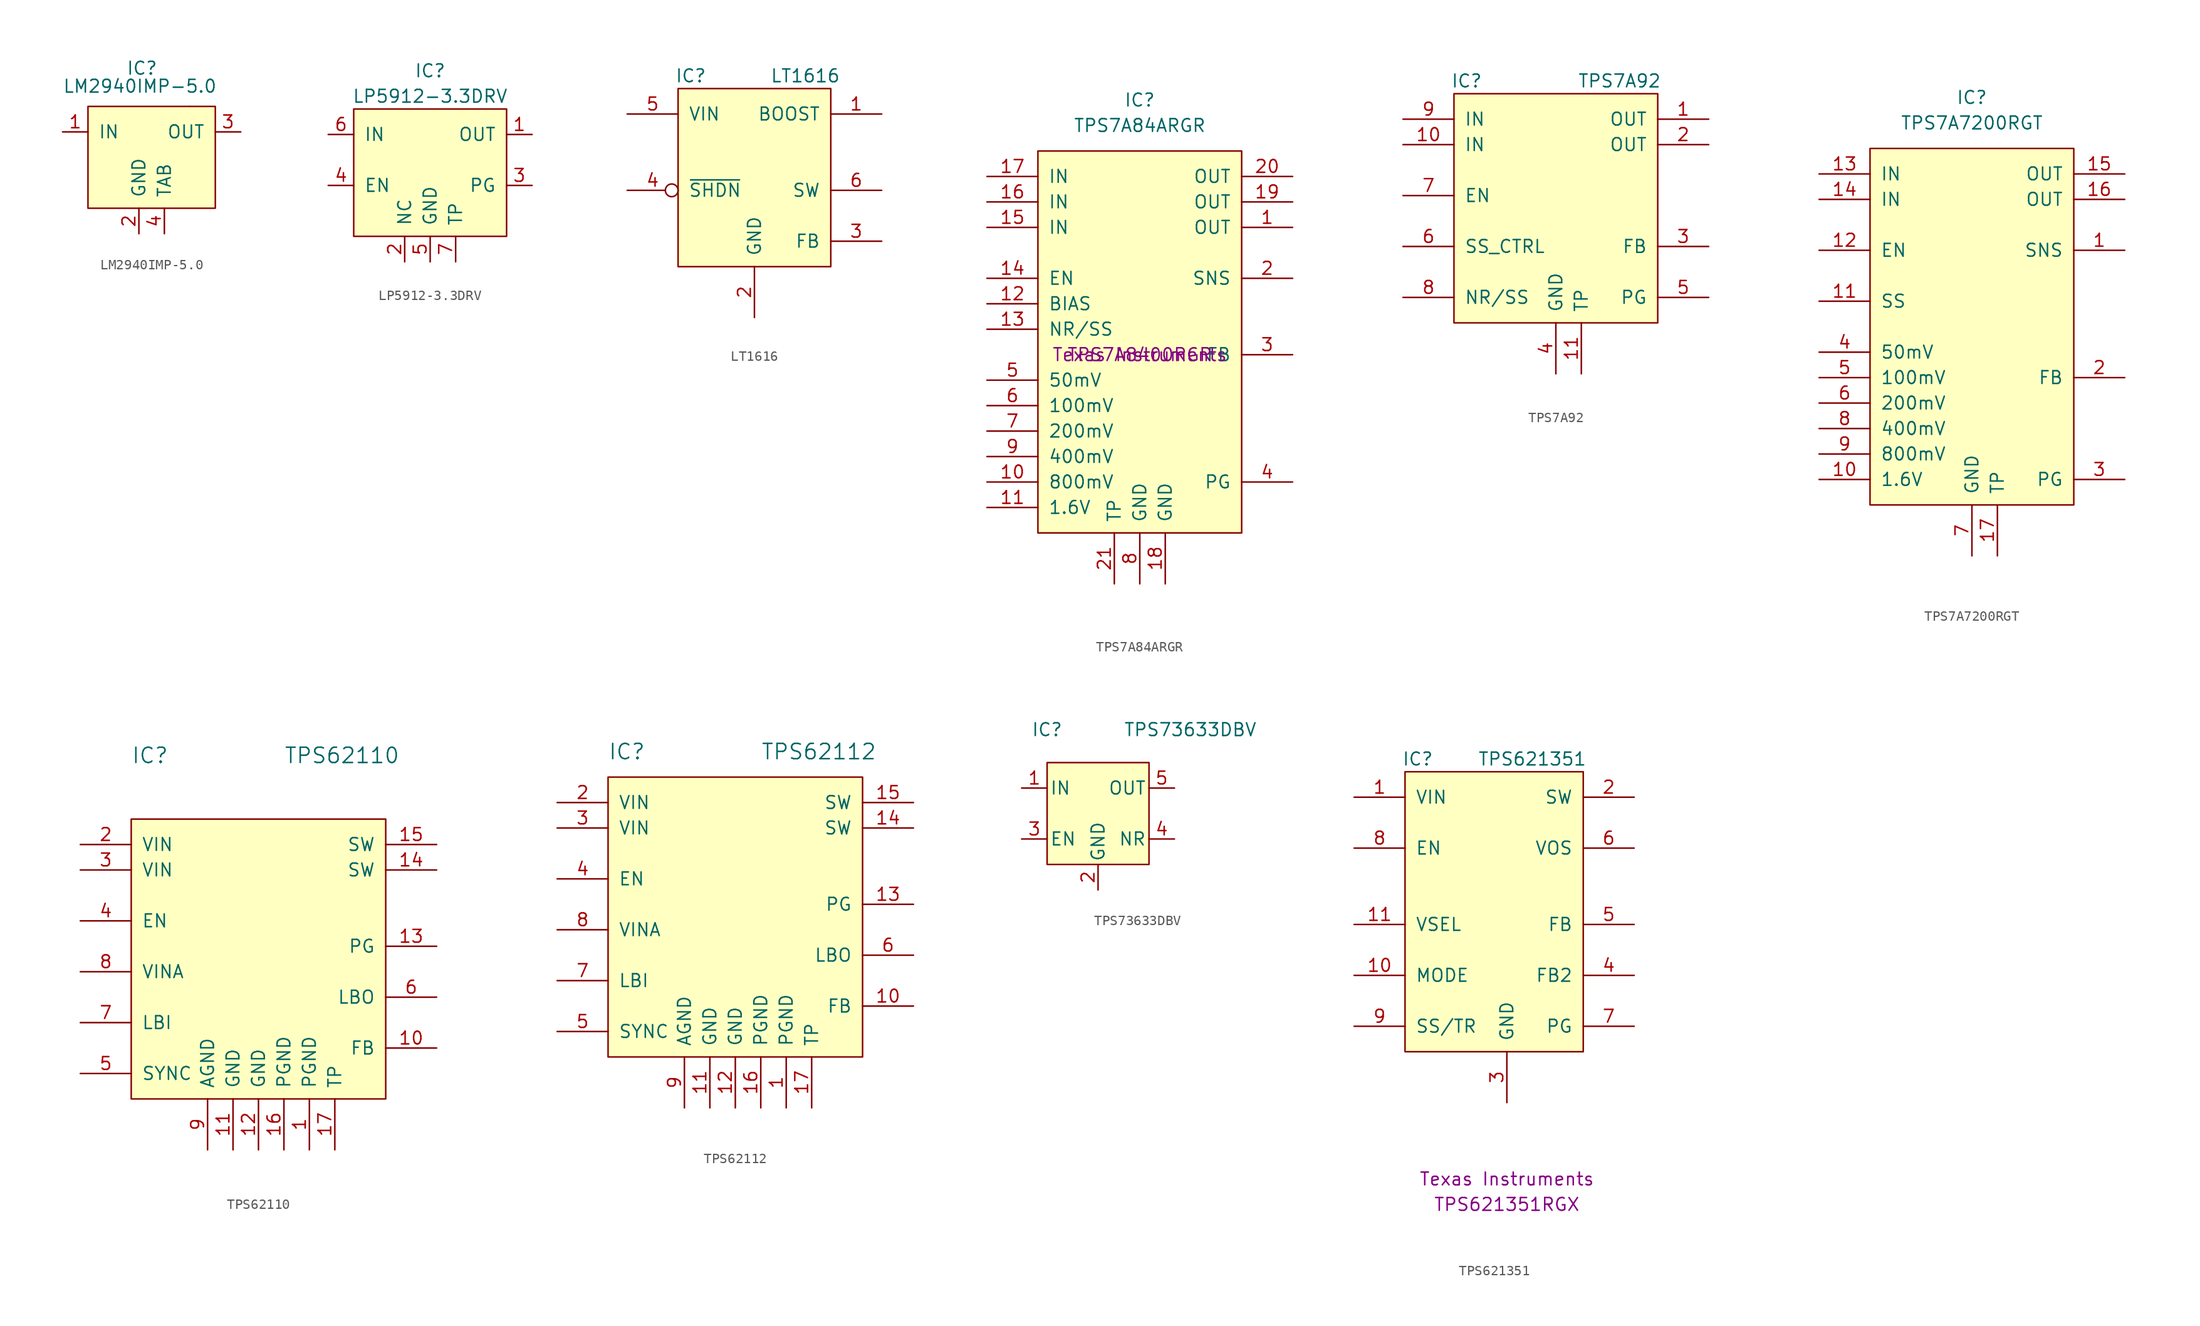
<source format=kicad_sym>
(kicad_symbol_lib
  (version 20220914)
  (generator kicad_symbol_editor)
  (symbol "LM2940IMP-5.0"
    (pin_names
      (offset 1.016))
    (property "Reference" "IC"
      (at -1.27 6.35 0)
      (effects (font (size 1.27 1.27)) (justify left)))
    (property "Value" "LM2940IMP-5.0"
      (at -7.62 3.81 0)
      (effects (font (size 1.27 1.27)) (justify left bottom)))
    (symbol "LM2940IMP-5.0_0_1"
      (rectangle (start -5.08 2.54) (end 7.62 -7.62) (stroke (width 0.152) (type default)) (fill (type background)))
      (rectangle (start 5.08 2.54) (end 5.08 2.54) (stroke (width 0) (type default)) (fill (type none))))
    (symbol "LM2940IMP-5.0_1_1"
      (pin power_in line (at -7.62 0 0) (length 2.54) (name "IN" (effects (font (size 1.27 1.27)))) (number "1" (effects (font (size 1.27 1.27)))))
      (pin power_in line (at 0 -10.16 90) (length 2.54) (name "GND" (effects (font (size 1.27 1.27)))) (number "2" (effects (font (size 1.27 1.27)))))
      (pin power_out line (at 10.16 0 180) (length 2.54) (name "OUT" (effects (font (size 1.27 1.27)))) (number "3" (effects (font (size 1.27 1.27)))))
      (pin passive line (at 2.54 -10.16 90) (length 2.54) (name "TAB" (effects (font (size 1.27 1.27)))) (number "4" (effects (font (size 1.27 1.27)))))))
  (symbol "LP5912-3.3DRV"
    (pin_names
      (offset 1.016))
    (property "Reference" "IC"
      (at 0 8.89 0)
      (effects (font (size 1.27 1.27))))
    (property "Value" "LP5912-3.3DRV"
      (at 0 6.35 0)
      (effects (font (size 1.27 1.27))))
    (symbol "LP5912-3.3DRV_1_1"
      (rectangle (start -7.62 5.08) (end 7.62 -7.62) (stroke (width 0.152) (type default)) (fill (type background)))
      (pin power_out line (at 10.16 2.54 180) (length 2.54) (name "OUT" (effects (font (size 1.27 1.27)))) (number "1" (effects (font (size 1.27 1.27)))))
      (pin passive line (at -2.54 -10.16 90) (length 2.54) (name "NC" (effects (font (size 1.27 1.27)))) (number "2" (effects (font (size 1.27 1.27)))))
      (pin open_collector line (at 10.16 -2.54 180) (length 2.54) (name "PG" (effects (font (size 1.27 1.27)))) (number "3" (effects (font (size 1.27 1.27)))))
      (pin input line (at -10.16 -2.54 0) (length 2.54) (name "EN" (effects (font (size 1.27 1.27)))) (number "4" (effects (font (size 1.27 1.27)))))
      (pin power_in line (at 0 -10.16 90) (length 2.54) (name "GND" (effects (font (size 1.27 1.27)))) (number "5" (effects (font (size 1.27 1.27)))))
      (pin power_in line (at -10.16 2.54 0) (length 2.54) (name "IN" (effects (font (size 1.27 1.27)))) (number "6" (effects (font (size 1.27 1.27)))))
      (pin passive line (at 2.54 -10.16 90) (length 2.54) (name "TP" (effects (font (size 1.27 1.27)))) (number "7" (effects (font (size 1.27 1.27)))))))
  (symbol "LT1616"
    (pin_names
      (offset 1.016))
    (property "Reference" "IC"
      (at -6.35 8.89 0)
      (effects (font (size 1.27 1.27))))
    (property "Value" "LT1616"
      (at 5.08 8.89 0)
      (effects (font (size 1.27 1.27))))
    (symbol "LT1616_0_1"
      (rectangle (start -7.62 7.62) (end 7.62 -10.16) (stroke (width 0.152) (type default)) (fill (type background))))
    (symbol "LT1616_1_1"
      (pin input line (at 12.7 5.08 180) (length 5.08) (name "BOOST" (effects (font (size 1.27 1.27)))) (number "1" (effects (font (size 1.27 1.27)))))
      (pin power_in line (at 0 -15.24 90) (length 5.08) (name "GND" (effects (font (size 1.27 1.27)))) (number "2" (effects (font (size 1.27 1.27)))))
      (pin input line (at 12.7 -7.62 180) (length 5.08) (name "FB" (effects (font (size 1.27 1.27)))) (number "3" (effects (font (size 1.27 1.27)))))
      (pin input inverted (at -12.7 -2.54 0) (length 5.08) (name "~{SHDN}" (effects (font (size 1.27 1.27)))) (number "4" (effects (font (size 1.27 1.27)))))
      (pin power_in line (at -12.7 5.08 0) (length 5.08) (name "VIN" (effects (font (size 1.27 1.27)))) (number "5" (effects (font (size 1.27 1.27)))))
      (pin open_emitter line (at 12.7 -2.54 180) (length 5.08) (name "SW" (effects (font (size 1.27 1.27)))) (number "6" (effects (font (size 1.27 1.27)))))))
  (symbol "TPS7A84ARGR"
    (pin_names
      (offset 1.016))
    (property "Reference" "IC"
      (at 0 25.4 0)
      (effects (font (size 1.27 1.27))))
    (property "Value" "TPS7A84ARGR"
      (at 0 22.86 0)
      (effects (font (size 1.27 1.27))))
    (property "MFR" "Texas Instruments"
      (at 0 0 0)
      (effects (font (size 1.27 1.27))))
    (property "MFR REF" "TPS7A8400RGR"
      (at 0 0 0)
      (effects (font (size 1.27 1.27))))
    (symbol "TPS7A84ARGR_0_1"
      (rectangle (start -10.16 20.32) (end 10.16 -17.78) (stroke (width 0.152) (type default)) (fill (type background))))
    (symbol "TPS7A84ARGR_1_1"
      (pin power_out line (at 15.24 12.7 180) (length 5.08) (name "OUT" (effects (font (size 1.27 1.27)))) (number "1" (effects (font (size 1.27 1.27)))))
      (pin input line (at -15.24 -12.7 0) (length 5.08) (name "800mV" (effects (font (size 1.27 1.27)))) (number "10" (effects (font (size 1.27 1.27)))))
      (pin input line (at -15.24 -15.24 0) (length 5.08) (name "1.6V" (effects (font (size 1.27 1.27)))) (number "11" (effects (font (size 1.27 1.27)))))
      (pin input line (at -15.24 5.08 0) (length 5.08) (name "BIAS" (effects (font (size 1.27 1.27)))) (number "12" (effects (font (size 1.27 1.27)))))
      (pin passive line (at -15.24 2.54 0) (length 5.08) (name "NR/SS" (effects (font (size 1.27 1.27)))) (number "13" (effects (font (size 1.27 1.27)))))
      (pin input line (at -15.24 7.62 0) (length 5.08) (name "EN" (effects (font (size 1.27 1.27)))) (number "14" (effects (font (size 1.27 1.27)))))
      (pin power_in line (at -15.24 12.7 0) (length 5.08) (name "IN" (effects (font (size 1.27 1.27)))) (number "15" (effects (font (size 1.27 1.27)))))
      (pin power_in line (at -15.24 15.24 0) (length 5.08) (name "IN" (effects (font (size 1.27 1.27)))) (number "16" (effects (font (size 1.27 1.27)))))
      (pin power_in line (at -15.24 17.78 0) (length 5.08) (name "IN" (effects (font (size 1.27 1.27)))) (number "17" (effects (font (size 1.27 1.27)))))
      (pin power_in line (at 2.54 -22.86 90) (length 5.08) (name "GND" (effects (font (size 1.27 1.27)))) (number "18" (effects (font (size 1.27 1.27)))))
      (pin power_out line (at 15.24 15.24 180) (length 5.08) (name "OUT" (effects (font (size 1.27 1.27)))) (number "19" (effects (font (size 1.27 1.27)))))
      (pin input line (at 15.24 7.62 180) (length 5.08) (name "SNS" (effects (font (size 1.27 1.27)))) (number "2" (effects (font (size 1.27 1.27)))))
      (pin power_out line (at 15.24 17.78 180) (length 5.08) (name "OUT" (effects (font (size 1.27 1.27)))) (number "20" (effects (font (size 1.27 1.27)))))
      (pin passive line (at -2.54 -22.86 90) (length 5.08) (name "TP" (effects (font (size 1.27 1.27)))) (number "21" (effects (font (size 1.27 1.27)))))
      (pin input line (at 15.24 0 180) (length 5.08) (name "FB" (effects (font (size 1.27 1.27)))) (number "3" (effects (font (size 1.27 1.27)))))
      (pin open_collector line (at 15.24 -12.7 180) (length 5.08) (name "PG" (effects (font (size 1.27 1.27)))) (number "4" (effects (font (size 1.27 1.27)))))
      (pin input line (at -15.24 -2.54 0) (length 5.08) (name "50mV" (effects (font (size 1.27 1.27)))) (number "5" (effects (font (size 1.27 1.27)))))
      (pin input line (at -15.24 -5.08 0) (length 5.08) (name "100mV" (effects (font (size 1.27 1.27)))) (number "6" (effects (font (size 1.27 1.27)))))
      (pin input line (at -15.24 -7.62 0) (length 5.08) (name "200mV" (effects (font (size 1.27 1.27)))) (number "7" (effects (font (size 1.27 1.27)))))
      (pin power_in line (at 0 -22.86 90) (length 5.08) (name "GND" (effects (font (size 1.27 1.27)))) (number "8" (effects (font (size 1.27 1.27)))))
      (pin input line (at -15.24 -10.16 0) (length 5.08) (name "400mV" (effects (font (size 1.27 1.27)))) (number "9" (effects (font (size 1.27 1.27)))))))
  (symbol "TPS7A92"
    (pin_names
      (offset 1.016))
    (property "Reference" "IC"
      (at -8.89 13.97 0)
      (effects (font (size 1.27 1.27))))
    (property "Value" "TPS7A92"
      (at 6.35 13.97 0)
      (effects (font (size 1.27 1.27))))
    (symbol "TPS7A92_0_1"
      (rectangle (start -10.16 12.7) (end 10.16 -10.16) (stroke (width 0.152) (type default)) (fill (type background))))
    (symbol "TPS7A92_1_1"
      (pin power_out line (at 15.24 10.16 180) (length 5.08) (name "OUT" (effects (font (size 1.27 1.27)))) (number "1" (effects (font (size 1.27 1.27)))))
      (pin power_in line (at -15.24 7.62 0) (length 5.08) (name "IN" (effects (font (size 1.27 1.27)))) (number "10" (effects (font (size 1.27 1.27)))))
      (pin passive line (at 2.54 -15.24 90) (length 5.08) (name "TP" (effects (font (size 1.27 1.27)))) (number "11" (effects (font (size 1.27 1.27)))))
      (pin power_out line (at 15.24 7.62 180) (length 5.08) (name "OUT" (effects (font (size 1.27 1.27)))) (number "2" (effects (font (size 1.27 1.27)))))
      (pin input line (at 15.24 -2.54 180) (length 5.08) (name "FB" (effects (font (size 1.27 1.27)))) (number "3" (effects (font (size 1.27 1.27)))))
      (pin power_in line (at 0 -15.24 90) (length 5.08) (name "GND" (effects (font (size 1.27 1.27)))) (number "4" (effects (font (size 1.27 1.27)))))
      (pin open_collector line (at 15.24 -7.62 180) (length 5.08) (name "PG" (effects (font (size 1.27 1.27)))) (number "5" (effects (font (size 1.27 1.27)))))
      (pin input line (at -15.24 -2.54 0) (length 5.08) (name "SS_CTRL" (effects (font (size 1.27 1.27)))) (number "6" (effects (font (size 1.27 1.27)))))
      (pin input line (at -15.24 2.54 0) (length 5.08) (name "EN" (effects (font (size 1.27 1.27)))) (number "7" (effects (font (size 1.27 1.27)))))
      (pin passive line (at -15.24 -7.62 0) (length 5.08) (name "NR/SS" (effects (font (size 1.27 1.27)))) (number "8" (effects (font (size 1.27 1.27)))))
      (pin power_in line (at -15.24 10.16 0) (length 5.08) (name "IN" (effects (font (size 1.27 1.27)))) (number "9" (effects (font (size 1.27 1.27)))))))
  (symbol "TPS7A7200RGT"
    (pin_names
      (offset 1.016))
    (property "Reference" "IC"
      (at 0 22.86 0)
      (effects (font (size 1.27 1.27))))
    (property "Value" "TPS7A7200RGT"
      (at 0 20.32 0)
      (effects (font (size 1.27 1.27))))
    (symbol "TPS7A7200RGT_0_1"
      (rectangle (start -10.16 17.78) (end 10.16 -17.78) (stroke (width 0.152) (type default)) (fill (type background))))
    (symbol "TPS7A7200RGT_1_1"
      (pin input line (at 15.24 7.62 180) (length 5.08) (name "SNS" (effects (font (size 1.27 1.27)))) (number "1" (effects (font (size 1.27 1.27)))))
      (pin input line (at -15.24 -15.24 0) (length 5.08) (name "1.6V" (effects (font (size 1.27 1.27)))) (number "10" (effects (font (size 1.27 1.27)))))
      (pin passive line (at -15.24 2.54 0) (length 5.08) (name "SS" (effects (font (size 1.27 1.27)))) (number "11" (effects (font (size 1.27 1.27)))))
      (pin input line (at -15.24 7.62 0) (length 5.08) (name "EN" (effects (font (size 1.27 1.27)))) (number "12" (effects (font (size 1.27 1.27)))))
      (pin power_in line (at -15.24 15.24 0) (length 5.08) (name "IN" (effects (font (size 1.27 1.27)))) (number "13" (effects (font (size 1.27 1.27)))))
      (pin power_in line (at -15.24 12.7 0) (length 5.08) (name "IN" (effects (font (size 1.27 1.27)))) (number "14" (effects (font (size 1.27 1.27)))))
      (pin power_out line (at 15.24 15.24 180) (length 5.08) (name "OUT" (effects (font (size 1.27 1.27)))) (number "15" (effects (font (size 1.27 1.27)))))
      (pin power_out line (at 15.24 12.7 180) (length 5.08) (name "OUT" (effects (font (size 1.27 1.27)))) (number "16" (effects (font (size 1.27 1.27)))))
      (pin passive line (at 2.54 -22.86 90) (length 5.08) (name "TP" (effects (font (size 1.27 1.27)))) (number "17" (effects (font (size 1.27 1.27)))))
      (pin input line (at 15.24 -5.08 180) (length 5.08) (name "FB" (effects (font (size 1.27 1.27)))) (number "2" (effects (font (size 1.27 1.27)))))
      (pin open_collector line (at 15.24 -15.24 180) (length 5.08) (name "PG" (effects (font (size 1.27 1.27)))) (number "3" (effects (font (size 1.27 1.27)))))
      (pin input line (at -15.24 -2.54 0) (length 5.08) (name "50mV" (effects (font (size 1.27 1.27)))) (number "4" (effects (font (size 1.27 1.27)))))
      (pin input line (at -15.24 -5.08 0) (length 5.08) (name "100mV" (effects (font (size 1.27 1.27)))) (number "5" (effects (font (size 1.27 1.27)))))
      (pin input line (at -15.24 -7.62 0) (length 5.08) (name "200mV" (effects (font (size 1.27 1.27)))) (number "6" (effects (font (size 1.27 1.27)))))
      (pin power_in line (at 0 -22.86 90) (length 5.08) (name "GND" (effects (font (size 1.27 1.27)))) (number "7" (effects (font (size 1.27 1.27)))))
      (pin input line (at -15.24 -10.16 0) (length 5.08) (name "400mV" (effects (font (size 1.27 1.27)))) (number "8" (effects (font (size 1.27 1.27)))))
      (pin input line (at -15.24 -12.7 0) (length 5.08) (name "800mV" (effects (font (size 1.27 1.27)))) (number "9" (effects (font (size 1.27 1.27)))))))
  (symbol "TPS62110"
    (pin_names
      (offset 1.016))
    (property "Reference" "IC"
      (at -12.7 19.05 0)
      (effects (font (size 1.524 1.524)) (justify left)))
    (property "Value" "TPS62110"
      (at 2.54 19.05 0)
      (effects (font (size 1.524 1.524)) (justify left)))
    (symbol "TPS62110_0_0"
      (pin passive line (at 7.62 -20.32 90) (length 5.08) (name "TP" (effects (font (size 1.27 1.27)))) (number "17" (effects (font (size 1.27 1.27))))))
    (symbol "TPS62110_1_1"
      (rectangle (start -12.7 12.7) (end 12.7 -15.24) (stroke (width 0.152) (type default)) (fill (type background)))
      (pin power_in line (at 5.08 -20.32 90) (length 5.08) (name "PGND" (effects (font (size 1.27 1.27)))) (number "1" (effects (font (size 1.27 1.27)))))
      (pin input line (at 17.78 -10.16 180) (length 5.08) (name "FB" (effects (font (size 1.27 1.27)))) (number "10" (effects (font (size 1.27 1.27)))))
      (pin power_in line (at -2.54 -20.32 90) (length 5.08) (name "GND" (effects (font (size 1.27 1.27)))) (number "11" (effects (font (size 1.27 1.27)))))
      (pin power_in line (at 0 -20.32 90) (length 5.08) (name "GND" (effects (font (size 1.27 1.27)))) (number "12" (effects (font (size 1.27 1.27)))))
      (pin open_collector line (at 17.78 0 180) (length 5.08) (name "PG" (effects (font (size 1.27 1.27)))) (number "13" (effects (font (size 1.27 1.27)))))
      (pin output line (at 17.78 7.62 180) (length 5.08) (name "SW" (effects (font (size 1.27 1.27)))) (number "14" (effects (font (size 1.27 1.27)))))
      (pin output line (at 17.78 10.16 180) (length 5.08) (name "SW" (effects (font (size 1.27 1.27)))) (number "15" (effects (font (size 1.27 1.27)))))
      (pin power_in line (at 2.54 -20.32 90) (length 5.08) (name "PGND" (effects (font (size 1.27 1.27)))) (number "16" (effects (font (size 1.27 1.27)))))
      (pin power_in line (at -17.78 10.16 0) (length 5.08) (name "VIN" (effects (font (size 1.27 1.27)))) (number "2" (effects (font (size 1.27 1.27)))))
      (pin power_in line (at -17.78 7.62 0) (length 5.08) (name "VIN" (effects (font (size 1.27 1.27)))) (number "3" (effects (font (size 1.27 1.27)))))
      (pin input line (at -17.78 2.54 0) (length 5.08) (name "EN" (effects (font (size 1.27 1.27)))) (number "4" (effects (font (size 1.27 1.27)))))
      (pin input line (at -17.78 -12.7 0) (length 5.08) (name "SYNC" (effects (font (size 1.27 1.27)))) (number "5" (effects (font (size 1.27 1.27)))))
      (pin open_collector line (at 17.78 -5.08 180) (length 5.08) (name "LBO" (effects (font (size 1.27 1.27)))) (number "6" (effects (font (size 1.27 1.27)))))
      (pin input line (at -17.78 -7.62 0) (length 5.08) (name "LBI" (effects (font (size 1.27 1.27)))) (number "7" (effects (font (size 1.27 1.27)))))
      (pin power_in line (at -17.78 -2.54 0) (length 5.08) (name "VINA" (effects (font (size 1.27 1.27)))) (number "8" (effects (font (size 1.27 1.27)))))
      (pin power_in line (at -5.08 -20.32 90) (length 5.08) (name "AGND" (effects (font (size 1.27 1.27)))) (number "9" (effects (font (size 1.27 1.27)))))))
  (symbol "TPS62112"
    (pin_names
      (offset 1.016))
    (property "Reference" "IC"
      (at -12.7 15.24 0)
      (effects (font (size 1.524 1.524)) (justify left)))
    (property "Value" "TPS62112"
      (at 2.54 15.24 0)
      (effects (font (size 1.524 1.524)) (justify left)))
    (symbol "TPS62112_0_0"
      (pin passive line (at 7.62 -20.32 90) (length 5.08) (name "TP" (effects (font (size 1.27 1.27)))) (number "17" (effects (font (size 1.27 1.27))))))
    (symbol "TPS62112_1_1"
      (rectangle (start -12.7 12.7) (end 12.7 -15.24) (stroke (width 0.152) (type default)) (fill (type background)))
      (pin power_in line (at 5.08 -20.32 90) (length 5.08) (name "PGND" (effects (font (size 1.27 1.27)))) (number "1" (effects (font (size 1.27 1.27)))))
      (pin input line (at 17.78 -10.16 180) (length 5.08) (name "FB" (effects (font (size 1.27 1.27)))) (number "10" (effects (font (size 1.27 1.27)))))
      (pin power_in line (at -2.54 -20.32 90) (length 5.08) (name "GND" (effects (font (size 1.27 1.27)))) (number "11" (effects (font (size 1.27 1.27)))))
      (pin power_in line (at 0 -20.32 90) (length 5.08) (name "GND" (effects (font (size 1.27 1.27)))) (number "12" (effects (font (size 1.27 1.27)))))
      (pin open_collector line (at 17.78 0 180) (length 5.08) (name "PG" (effects (font (size 1.27 1.27)))) (number "13" (effects (font (size 1.27 1.27)))))
      (pin output line (at 17.78 7.62 180) (length 5.08) (name "SW" (effects (font (size 1.27 1.27)))) (number "14" (effects (font (size 1.27 1.27)))))
      (pin output line (at 17.78 10.16 180) (length 5.08) (name "SW" (effects (font (size 1.27 1.27)))) (number "15" (effects (font (size 1.27 1.27)))))
      (pin power_in line (at 2.54 -20.32 90) (length 5.08) (name "PGND" (effects (font (size 1.27 1.27)))) (number "16" (effects (font (size 1.27 1.27)))))
      (pin power_in line (at -17.78 10.16 0) (length 5.08) (name "VIN" (effects (font (size 1.27 1.27)))) (number "2" (effects (font (size 1.27 1.27)))))
      (pin power_in line (at -17.78 7.62 0) (length 5.08) (name "VIN" (effects (font (size 1.27 1.27)))) (number "3" (effects (font (size 1.27 1.27)))))
      (pin input line (at -17.78 2.54 0) (length 5.08) (name "EN" (effects (font (size 1.27 1.27)))) (number "4" (effects (font (size 1.27 1.27)))))
      (pin input line (at -17.78 -12.7 0) (length 5.08) (name "SYNC" (effects (font (size 1.27 1.27)))) (number "5" (effects (font (size 1.27 1.27)))))
      (pin open_collector line (at 17.78 -5.08 180) (length 5.08) (name "LBO" (effects (font (size 1.27 1.27)))) (number "6" (effects (font (size 1.27 1.27)))))
      (pin input line (at -17.78 -7.62 0) (length 5.08) (name "LBI" (effects (font (size 1.27 1.27)))) (number "7" (effects (font (size 1.27 1.27)))))
      (pin power_in line (at -17.78 -2.54 0) (length 5.08) (name "VINA" (effects (font (size 1.27 1.27)))) (number "8" (effects (font (size 1.27 1.27)))))
      (pin power_in line (at -5.08 -20.32 90) (length 5.08) (name "AGND" (effects (font (size 1.27 1.27)))) (number "9" (effects (font (size 1.27 1.27)))))))
  (symbol "TPS73633DBV"
    (pin_names
      (offset 0.254))
    (property "Reference" "IC"
      (at -5.08 7.62 0)
      (effects (font (size 1.27 1.27)) (justify bottom)))
    (property "Value" "TPS73633DBV"
      (at 2.54 7.62 0)
      (effects (font (size 1.27 1.27)) (justify left bottom)))
    (symbol "TPS73633DBV_0_1"
      (rectangle (start -5.08 5.08) (end 5.08 -5.08) (stroke (width 0.152) (type default)) (fill (type background))))
    (symbol "TPS73633DBV_1_1"
      (pin power_in line (at -7.62 2.54 0) (length 2.54) (name "IN" (effects (font (size 1.27 1.27)))) (number "1" (effects (font (size 1.27 1.27)))))
      (pin power_in line (at 0 -7.62 90) (length 2.54) (name "GND" (effects (font (size 1.27 1.27)))) (number "2" (effects (font (size 1.27 1.27)))))
      (pin input line (at -7.62 -2.54 0) (length 2.54) (name "EN" (effects (font (size 1.27 1.27)))) (number "3" (effects (font (size 1.27 1.27)))))
      (pin passive line (at 7.62 -2.54 180) (length 2.54) (name "NR" (effects (font (size 1.27 1.27)))) (number "4" (effects (font (size 1.27 1.27)))))
      (pin power_out line (at 7.62 2.54 180) (length 2.54) (name "OUT" (effects (font (size 1.27 1.27)))) (number "5" (effects (font (size 1.27 1.27)))))))
  (symbol "TPS621351"
    (pin_names
      (offset 1.016))
    (property "Reference" "IC"
      (at -8.89 13.97 0)
      (effects (font (size 1.27 1.27))))
    (property "Value" "TPS621351"
      (at 2.54 13.97 0)
      (effects (font (size 1.27 1.27))))
    (property "MFR" "Texas Instruments"
      (at 0 -27.94 0)
      (effects (font (size 1.27 1.27))))
    (property "MFR REF" "TPS621351RGX"
      (at 0 -30.48 0)
      (effects (font (size 1.27 1.27))))
    (symbol "TPS621351_0_1"
      (rectangle (start -10.16 12.7) (end 7.62 -15.24) (stroke (width 0.152) (type default)) (fill (type background))))
    (symbol "TPS621351_1_1"
      (pin power_in line (at -15.24 10.16 0) (length 5.08) (name "VIN" (effects (font (size 1.27 1.27)))) (number "1" (effects (font (size 1.27 1.27)))))
      (pin input line (at -15.24 -7.62 0) (length 5.08) (name "MODE" (effects (font (size 1.27 1.27)))) (number "10" (effects (font (size 1.27 1.27)))))
      (pin input line (at -15.24 -2.54 0) (length 5.08) (name "VSEL" (effects (font (size 1.27 1.27)))) (number "11" (effects (font (size 1.27 1.27)))))
      (pin output line (at 12.7 10.16 180) (length 5.08) (name "SW" (effects (font (size 1.27 1.27)))) (number "2" (effects (font (size 1.27 1.27)))))
      (pin power_in line (at 0 -20.32 90) (length 5.08) (name "GND" (effects (font (size 1.27 1.27)))) (number "3" (effects (font (size 1.27 1.27)))))
      (pin open_collector line (at 12.7 -7.62 180) (length 5.08) (name "FB2" (effects (font (size 1.27 1.27)))) (number "4" (effects (font (size 1.27 1.27)))))
      (pin input line (at 12.7 -2.54 180) (length 5.08) (name "FB" (effects (font (size 1.27 1.27)))) (number "5" (effects (font (size 1.27 1.27)))))
      (pin input line (at 12.7 5.08 180) (length 5.08) (name "VOS" (effects (font (size 1.27 1.27)))) (number "6" (effects (font (size 1.27 1.27)))))
      (pin open_collector line (at 12.7 -12.7 180) (length 5.08) (name "PG" (effects (font (size 1.27 1.27)))) (number "7" (effects (font (size 1.27 1.27)))))
      (pin input line (at -15.24 5.08 0) (length 5.08) (name "EN" (effects (font (size 1.27 1.27)))) (number "8" (effects (font (size 1.27 1.27)))))
      (pin input line (at -15.24 -12.7 0) (length 5.08) (name "SS/TR" (effects (font (size 1.27 1.27)))) (number "9" (effects (font (size 1.27 1.27))))))))
</source>
